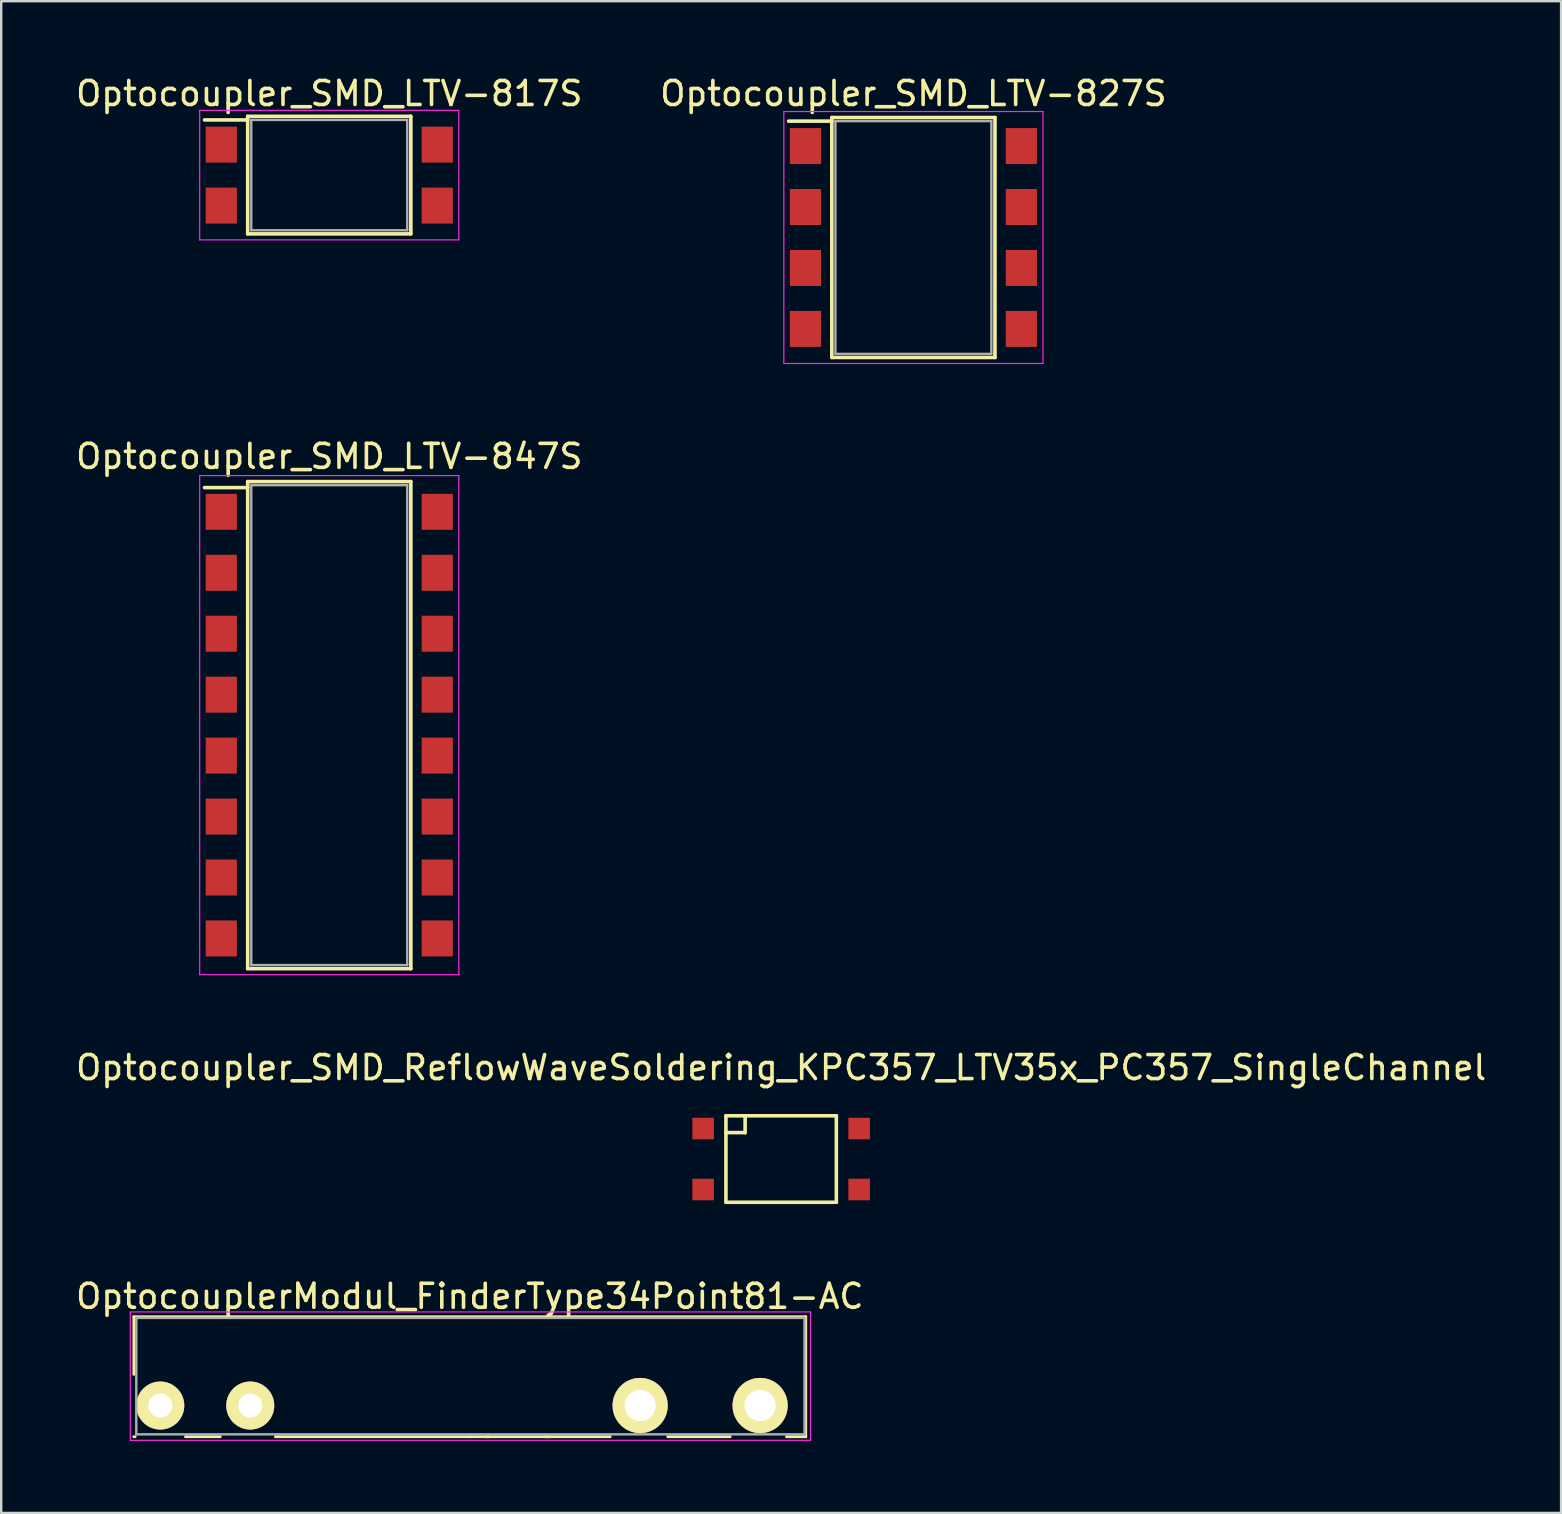
<source format=kicad_pcb>
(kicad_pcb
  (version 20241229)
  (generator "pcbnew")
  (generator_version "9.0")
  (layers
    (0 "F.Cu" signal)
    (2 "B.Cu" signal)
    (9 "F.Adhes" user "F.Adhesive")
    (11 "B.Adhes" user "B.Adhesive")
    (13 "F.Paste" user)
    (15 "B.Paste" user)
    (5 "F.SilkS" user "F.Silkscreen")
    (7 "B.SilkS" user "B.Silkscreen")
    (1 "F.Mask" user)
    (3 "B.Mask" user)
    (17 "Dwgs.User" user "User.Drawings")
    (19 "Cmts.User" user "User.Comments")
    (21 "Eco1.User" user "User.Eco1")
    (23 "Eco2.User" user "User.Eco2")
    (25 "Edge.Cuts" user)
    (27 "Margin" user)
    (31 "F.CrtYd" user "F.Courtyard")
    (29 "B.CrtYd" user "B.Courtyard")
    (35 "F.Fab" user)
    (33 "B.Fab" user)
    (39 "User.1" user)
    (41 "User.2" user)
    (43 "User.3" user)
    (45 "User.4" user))
  (footprint "Optocoupler_SMD_LTV-817S"
    (layer "F.Cu")
    (at 10.673 4.248)
    (property "Reference" "Optocoupler_SMD_LTV-817S" (at 0 -3.4 0) (layer "F.SilkS") (effects (font (size 1 1) (thickness 0.15))))
    (attr smd)
    (fp_line (start -3.4 -2.3) (end -5.2 -2.3) (stroke (width 0.15) (type solid)) (layer "F.SilkS"))
    (fp_line (start -3.4 2.45) (end -3.4 -2.45) (stroke (width 0.15) (type solid)) (layer "F.SilkS"))
    (fp_line (start 3.4 -2.45) (end -3.4 -2.45) (stroke (width 0.15) (type solid)) (layer "F.SilkS"))
    (fp_line (start 3.4 -2.45) (end 3.4 2.45) (stroke (width 0.15) (type solid)) (layer "F.SilkS"))
    (fp_line (start 3.4 2.45) (end -3.4 2.45) (stroke (width 0.15) (type solid)) (layer "F.SilkS"))
    (fp_line (start -5.4 -2.7) (end -5.4 2.7) (stroke (width 0.05) (type solid)) (layer "F.CrtYd"))
    (fp_line (start -5.4 2.7) (end 5.4 2.7) (stroke (width 0.05) (type solid)) (layer "F.CrtYd"))
    (fp_line (start 5.4 -2.7) (end -5.4 -2.7) (stroke (width 0.05) (type solid)) (layer "F.CrtYd"))
    (fp_line (start 5.4 2.7) (end 5.4 -2.7) (stroke (width 0.05) (type solid)) (layer "F.CrtYd"))
    (fp_line (start -3.25 -2.3) (end 3.25 -2.3) (stroke (width 0.1) (type solid)) (layer "F.Fab"))
    (fp_line (start -3.25 2.3) (end -3.25 -2.3) (stroke (width 0.1) (type solid)) (layer "F.Fab"))
    (fp_line (start 3.25 -2.3) (end 3.25 2.3) (stroke (width 0.1) (type solid)) (layer "F.Fab"))
    (fp_line (start 3.25 2.3) (end -3.25 2.3) (stroke (width 0.1) (type solid)) (layer "F.Fab"))
    (pad "1" smd rect (at -4.5 -1.27) (size 1.3 1.5) (layers "F.Cu" "F.Mask" "F.Paste"))
    (pad "2" smd rect (at -4.5 1.27) (size 1.3 1.5) (layers "F.Cu" "F.Mask" "F.Paste"))
    (pad "3" smd rect (at 4.5 1.27) (size 1.3 1.5) (layers "F.Cu" "F.Mask" "F.Paste"))
    (pad "4" smd rect (at 4.5 -1.27) (size 1.3 1.5) (layers "F.Cu" "F.Mask" "F.Paste")))
  (footprint "OptocouplerModul_FinderType34Point81-AC"
    (layer "F.Cu")
    (at 7.38 55.529)
    (property "Reference" "OptocouplerModul_FinderType34Point81-AC" (at 9.15 -4.55 0) (layer "F.SilkS") (effects (font (size 1 1) (thickness 0.15))))
    (attr through_hole)
    (fp_line (start -4.85 -3.7) (end -4.85 -1.3) (stroke (width 0.12) (type solid)) (layer "F.SilkS"))
    (fp_line (start -4.85 1.3) (end -4.8 1.3) (stroke (width 0.12) (type solid)) (layer "F.SilkS"))
    (fp_line (start -2.7 1.3) (end -1.25 1.3) (stroke (width 0.12) (type solid)) (layer "F.SilkS"))
    (fp_line (start 1.05 1.3) (end 9.15 1.3) (stroke (width 0.12) (type solid)) (layer "F.SilkS"))
    (fp_line (start 9.15 1.3) (end 9.95 1.3) (stroke (width 0.12) (type solid)) (layer "F.SilkS"))
    (fp_line (start 12.3 1.3) (end 15 1.3) (stroke (width 0.12) (type solid)) (layer "F.SilkS"))
    (fp_line (start 12.45 1.3) (end 9.85 1.3) (stroke (width 0.12) (type solid)) (layer "F.SilkS"))
    (fp_line (start 17.4 1.3) (end 20 1.3) (stroke (width 0.12) (type solid)) (layer "F.SilkS"))
    (fp_line (start 22.35 1.3) (end 23.15 1.3) (stroke (width 0.12) (type solid)) (layer "F.SilkS"))
    (fp_line (start 23.15 -3.7) (end -4.85 -3.7) (stroke (width 0.12) (type solid)) (layer "F.SilkS"))
    (fp_line (start 23.15 1.3) (end 23.15 -3.7) (stroke (width 0.12) (type solid)) (layer "F.SilkS"))
    (fp_line (start -5 -3.9) (end -5 1.45) (stroke (width 0.05) (type solid)) (layer "F.CrtYd"))
    (fp_line (start -5 -3.9) (end 23.35 -3.9) (stroke (width 0.05) (type solid)) (layer "F.CrtYd"))
    (fp_line (start 23.35 1.45) (end -5 1.45) (stroke (width 0.05) (type solid)) (layer "F.CrtYd"))
    (fp_line (start 23.35 1.45) (end 23.35 -3.9) (stroke (width 0.05) (type solid)) (layer "F.CrtYd"))
    (fp_line (start -4.75 -3.65) (end -4.75 1.2) (stroke (width 0.1) (type solid)) (layer "F.Fab"))
    (fp_line (start -4.75 1.2) (end 23.1 1.2) (stroke (width 0.1) (type solid)) (layer "F.Fab"))
    (fp_line (start 23.1 -3.65) (end -4.75 -3.65) (stroke (width 0.1) (type solid)) (layer "F.Fab"))
    (fp_line (start 23.1 1.2) (end 23.1 -3.65) (stroke (width 0.1) (type solid)) (layer "F.Fab"))
    (pad "11" thru_hole circle (at 16.25 0) (size 2.3 2.3) (drill 1.3) (layers "*.Cu" "*.Mask" "F.SilkS"))
    (pad "14" thru_hole circle (at 21.25 0) (size 2.3 2.3) (drill 1.3) (layers "*.Cu" "*.Mask" "F.SilkS"))
    (pad "A1" thru_hole circle (at 0 0) (size 2 2) (drill 1) (layers "*.Cu" "*.Mask" "F.SilkS"))
    (pad "A2" thru_hole circle (at -3.75 0) (size 2 2) (drill 1) (layers "*.Cu" "*.Mask" "F.SilkS")))
  (footprint "Optocoupler_SMD_ReflowWaveSoldering_KPC357_LTV35x_PC357_SingleChannel"
    (layer "F.Cu")
    (at 29.506 45.255)
    (property "Reference" "Optocoupler_SMD_ReflowWaveSoldering_KPC357_LTV35x_PC357_SingleChannel" (at 0 -3.81 0) (layer "F.SilkS") (effects (font (size 1 1) (thickness 0.15))))
    (attr through_hole)
    (fp_line (start -2.301 -1.801) (end -2.301 1.801) (stroke (width 0.15) (type solid)) (layer "F.SilkS"))
    (fp_line (start -2.301 1.801) (end 2.301 1.801) (stroke (width 0.15) (type solid)) (layer "F.SilkS"))
    (fp_line (start -1.501 -1.801) (end -1.501 -1.1) (stroke (width 0.15) (type solid)) (layer "F.SilkS"))
    (fp_line (start -1.501 -1.1) (end -2.301 -1.1) (stroke (width 0.15) (type solid)) (layer "F.SilkS"))
    (fp_line (start 2.301 -1.801) (end -2.301 -1.801) (stroke (width 0.15) (type solid)) (layer "F.SilkS"))
    (fp_line (start 2.301 1.801) (end 2.301 -1.801) (stroke (width 0.15) (type solid)) (layer "F.SilkS"))
    (pad "1" smd rect (at -3.251 -1.27) (size 0.899 0.899) (layers "F.Cu" "F.Mask" "F.Paste"))
    (pad "2" smd rect (at -3.251 1.27) (size 0.899 0.899) (layers "F.Cu" "F.Mask" "F.Paste"))
    (pad "3" smd rect (at 3.251 1.27) (size 0.899 0.899) (layers "F.Cu" "F.Mask" "F.Paste"))
    (pad "4" smd rect (at 3.251 -1.27) (size 0.899 0.899) (layers "F.Cu" "F.Mask" "F.Paste")))
  (footprint "Optocoupler_SMD_LTV-847S"
    (layer "F.Cu")
    (at 10.673 27.172)
    (property "Reference" "Optocoupler_SMD_LTV-847S" (at 0 -11.2 0) (layer "F.SilkS") (effects (font (size 1 1) (thickness 0.15))))
    (attr smd)
    (fp_line (start -3.4 -9.9) (end -5.2 -9.9) (stroke (width 0.15) (type solid)) (layer "F.SilkS"))
    (fp_line (start -3.4 10.15) (end -3.4 -10.15) (stroke (width 0.15) (type solid)) (layer "F.SilkS"))
    (fp_line (start 3.4 -10.15) (end -3.4 -10.15) (stroke (width 0.15) (type solid)) (layer "F.SilkS"))
    (fp_line (start 3.4 -10.15) (end 3.4 10.15) (stroke (width 0.15) (type solid)) (layer "F.SilkS"))
    (fp_line (start 3.4 10.15) (end -3.4 10.15) (stroke (width 0.15) (type solid)) (layer "F.SilkS"))
    (fp_line (start -5.4 -10.4) (end -5.4 10.4) (stroke (width 0.05) (type solid)) (layer "F.CrtYd"))
    (fp_line (start -5.4 10.4) (end 5.4 10.4) (stroke (width 0.05) (type solid)) (layer "F.CrtYd"))
    (fp_line (start 5.4 -10.4) (end -5.4 -10.4) (stroke (width 0.05) (type solid)) (layer "F.CrtYd"))
    (fp_line (start 5.4 10.4) (end 5.4 -10.4) (stroke (width 0.05) (type solid)) (layer "F.CrtYd"))
    (fp_line (start -3.25 -10) (end 3.25 -10) (stroke (width 0.1) (type solid)) (layer "F.Fab"))
    (fp_line (start -3.25 10) (end -3.25 -10) (stroke (width 0.1) (type solid)) (layer "F.Fab"))
    (fp_line (start 3.25 -10) (end 3.25 10) (stroke (width 0.1) (type solid)) (layer "F.Fab"))
    (fp_line (start 3.25 10) (end -3.25 10) (stroke (width 0.1) (type solid)) (layer "F.Fab"))
    (pad "1" smd rect (at -4.5 -8.89) (size 1.3 1.5) (layers "F.Cu" "F.Mask" "F.Paste"))
    (pad "2" smd rect (at -4.5 -6.35) (size 1.3 1.5) (layers "F.Cu" "F.Mask" "F.Paste"))
    (pad "3" smd rect (at -4.5 -3.81) (size 1.3 1.5) (layers "F.Cu" "F.Mask" "F.Paste"))
    (pad "4" smd rect (at -4.5 -1.27) (size 1.3 1.5) (layers "F.Cu" "F.Mask" "F.Paste"))
    (pad "5" smd rect (at -4.5 1.27) (size 1.3 1.5) (layers "F.Cu" "F.Mask" "F.Paste"))
    (pad "6" smd rect (at -4.5 3.81) (size 1.3 1.5) (layers "F.Cu" "F.Mask" "F.Paste"))
    (pad "7" smd rect (at -4.5 6.35) (size 1.3 1.5) (layers "F.Cu" "F.Mask" "F.Paste"))
    (pad "8" smd rect (at -4.5 8.89) (size 1.3 1.5) (layers "F.Cu" "F.Mask" "F.Paste"))
    (pad "9" smd rect (at 4.5 8.89) (size 1.3 1.5) (layers "F.Cu" "F.Mask" "F.Paste"))
    (pad "10" smd rect (at 4.5 6.35) (size 1.3 1.5) (layers "F.Cu" "F.Mask" "F.Paste"))
    (pad "11" smd rect (at 4.5 3.81) (size 1.3 1.5) (layers "F.Cu" "F.Mask" "F.Paste"))
    (pad "12" smd rect (at 4.5 1.27) (size 1.3 1.5) (layers "F.Cu" "F.Mask" "F.Paste"))
    (pad "13" smd rect (at 4.5 -1.27) (size 1.3 1.5) (layers "F.Cu" "F.Mask" "F.Paste"))
    (pad "14" smd rect (at 4.5 -3.81) (size 1.3 1.5) (layers "F.Cu" "F.Mask" "F.Paste"))
    (pad "15" smd rect (at 4.5 -6.35) (size 1.3 1.5) (layers "F.Cu" "F.Mask" "F.Paste"))
    (pad "16" smd rect (at 4.5 -8.89) (size 1.3 1.5) (layers "F.Cu" "F.Mask" "F.Paste")))
  (footprint "Optocoupler_SMD_LTV-827S"
    (layer "F.Cu")
    (at 35.018 6.848)
    (property "Reference" "Optocoupler_SMD_LTV-827S" (at 0 -6 0) (layer "F.SilkS") (effects (font (size 1 1) (thickness 0.15))))
    (attr smd)
    (fp_line (start -3.4 -4.85) (end -5.2 -4.85) (stroke (width 0.15) (type solid)) (layer "F.SilkS"))
    (fp_line (start -3.4 5) (end -3.4 -5) (stroke (width 0.15) (type solid)) (layer "F.SilkS"))
    (fp_line (start 3.4 -5) (end -3.4 -5) (stroke (width 0.15) (type solid)) (layer "F.SilkS"))
    (fp_line (start 3.4 -5) (end 3.4 5) (stroke (width 0.15) (type solid)) (layer "F.SilkS"))
    (fp_line (start 3.4 5) (end -3.4 5) (stroke (width 0.15) (type solid)) (layer "F.SilkS"))
    (fp_line (start -5.4 -5.25) (end -5.4 5.25) (stroke (width 0.05) (type solid)) (layer "F.CrtYd"))
    (fp_line (start -5.4 5.25) (end 5.4 5.25) (stroke (width 0.05) (type solid)) (layer "F.CrtYd"))
    (fp_line (start 5.4 -5.25) (end -5.4 -5.25) (stroke (width 0.05) (type solid)) (layer "F.CrtYd"))
    (fp_line (start 5.4 5.25) (end 5.4 -5.25) (stroke (width 0.05) (type solid)) (layer "F.CrtYd"))
    (fp_line (start -3.25 -4.85) (end 3.25 -4.85) (stroke (width 0.1) (type solid)) (layer "F.Fab"))
    (fp_line (start -3.25 4.85) (end -3.25 -4.85) (stroke (width 0.1) (type solid)) (layer "F.Fab"))
    (fp_line (start 3.25 -4.85) (end 3.25 4.85) (stroke (width 0.1) (type solid)) (layer "F.Fab"))
    (fp_line (start 3.25 4.85) (end -3.25 4.85) (stroke (width 0.1) (type solid)) (layer "F.Fab"))
    (pad "1" smd rect (at -4.5 -3.81) (size 1.3 1.5) (layers "F.Cu" "F.Mask" "F.Paste"))
    (pad "2" smd rect (at -4.5 -1.27) (size 1.3 1.5) (layers "F.Cu" "F.Mask" "F.Paste"))
    (pad "3" smd rect (at -4.5 1.27) (size 1.3 1.5) (layers "F.Cu" "F.Mask" "F.Paste"))
    (pad "4" smd rect (at -4.5 3.81) (size 1.3 1.5) (layers "F.Cu" "F.Mask" "F.Paste"))
    (pad "5" smd rect (at 4.5 3.81) (size 1.3 1.5) (layers "F.Cu" "F.Mask" "F.Paste"))
    (pad "6" smd rect (at 4.5 1.27) (size 1.3 1.5) (layers "F.Cu" "F.Mask" "F.Paste"))
    (pad "7" smd rect (at 4.5 -1.27) (size 1.3 1.5) (layers "F.Cu" "F.Mask" "F.Paste"))
    (pad "8" smd rect (at 4.5 -3.81) (size 1.3 1.5) (layers "F.Cu" "F.Mask" "F.Paste")))
  (gr_rect
    (start -3 -3)
    (end 62.012 60.004)
    (stroke (width 0.1) (type default))
    (fill no)
    (layer "Edge.Cuts")))
</source>
